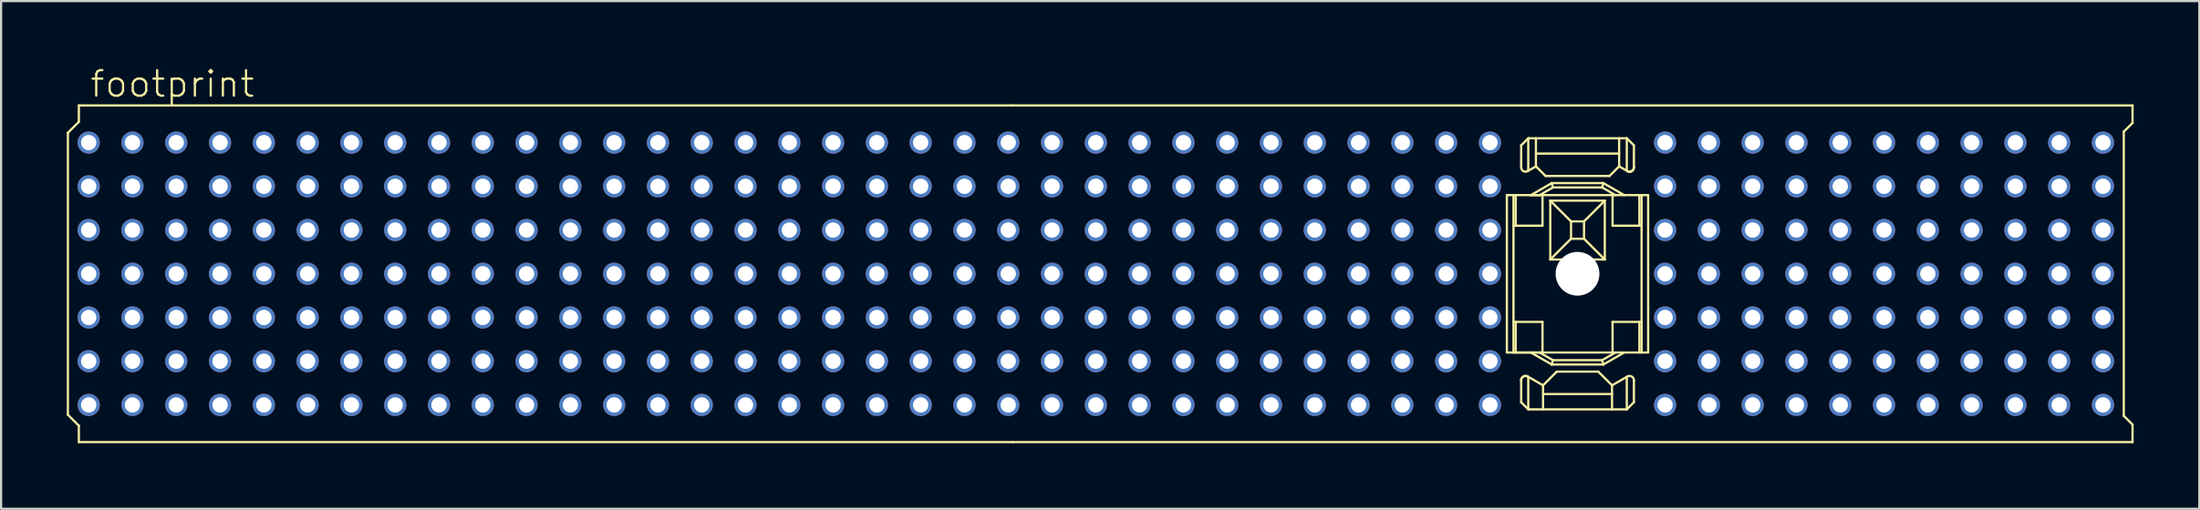
<source format=kicad_pcb>
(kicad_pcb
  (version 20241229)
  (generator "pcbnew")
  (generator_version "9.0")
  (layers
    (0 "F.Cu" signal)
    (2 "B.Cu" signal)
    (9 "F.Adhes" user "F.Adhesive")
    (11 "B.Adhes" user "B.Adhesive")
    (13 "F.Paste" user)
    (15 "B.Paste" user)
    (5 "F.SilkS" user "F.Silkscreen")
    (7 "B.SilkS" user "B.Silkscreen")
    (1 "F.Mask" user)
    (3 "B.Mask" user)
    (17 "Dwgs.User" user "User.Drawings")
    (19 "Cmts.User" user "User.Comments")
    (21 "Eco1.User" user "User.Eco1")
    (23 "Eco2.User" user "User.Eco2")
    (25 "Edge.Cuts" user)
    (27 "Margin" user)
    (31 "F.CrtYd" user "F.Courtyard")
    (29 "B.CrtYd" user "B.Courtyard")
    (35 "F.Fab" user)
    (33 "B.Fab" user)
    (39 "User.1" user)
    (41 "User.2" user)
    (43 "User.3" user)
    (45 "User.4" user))
  (footprint "footprint"
    (layer "F.Cu")
    (at 69.001 9.473)
    (property "Reference" "footprint" (at -68 -8 0) (layer "F.SilkS") (effects (font (size 1.168 1.168) (thickness 0.102)) (justify left bottom)))
    (fp_line (start -68.95 -6.45) (end -68.95 6.45) (stroke (width 0.102) (type solid)) (layer "F.SilkS"))
    (fp_line (start -68.95 6.45) (end -68.45 6.95) (stroke (width 0.102) (type solid)) (layer "F.SilkS"))
    (fp_line (start -68.45 -7.7) (end -68.45 -6.95) (stroke (width 0.102) (type solid)) (layer "F.SilkS"))
    (fp_line (start -68.45 -6.95) (end -68.95 -6.45) (stroke (width 0.102) (type solid)) (layer "F.SilkS"))
    (fp_line (start -68.45 6.95) (end -68.45 7.7) (stroke (width 0.102) (type solid)) (layer "F.SilkS"))
    (fp_line (start -68.45 7.7) (end -25.801 7.7) (stroke (width 0.102) (type solid)) (layer "F.SilkS"))
    (fp_line (start -25.801 -7.7) (end -68.45 -7.7) (stroke (width 0.102) (type solid)) (layer "F.SilkS"))
    (fp_line (start -25.801 7.7) (end 25.35 7.7) (stroke (width 0.102) (type solid)) (layer "F.SilkS"))
    (fp_line (start -3.226 -3.598) (end -2.924 -3.598) (stroke (width 0.102) (type solid)) (layer "F.SilkS"))
    (fp_line (start -3.226 3.602) (end -3.226 -3.598) (stroke (width 0.102) (type solid)) (layer "F.SilkS"))
    (fp_line (start -2.924 -3.598) (end -2.924 3.602) (stroke (width 0.102) (type solid)) (layer "F.SilkS"))
    (fp_line (start -2.924 -3.598) (end -2.824 -3.598) (stroke (width 0.102) (type solid)) (layer "F.SilkS"))
    (fp_line (start -2.924 -2.198) (end -2.824 -2.198) (stroke (width 0.102) (type solid)) (layer "F.SilkS"))
    (fp_line (start -2.924 3.602) (end -3.226 3.602) (stroke (width 0.102) (type solid)) (layer "F.SilkS"))
    (fp_line (start -2.924 3.602) (end -2.13 3.602) (stroke (width 0.102) (type solid)) (layer "F.SilkS"))
    (fp_line (start -2.824 -3.598) (end -2.824 -2.198) (stroke (width 0.102) (type solid)) (layer "F.SilkS"))
    (fp_line (start -2.824 -3.598) (end -2.13 -3.598) (stroke (width 0.102) (type solid)) (layer "F.SilkS"))
    (fp_line (start -2.824 -2.198) (end -1.599 -2.198) (stroke (width 0.102) (type solid)) (layer "F.SilkS"))
    (fp_line (start -2.824 2.202) (end -2.824 3.602) (stroke (width 0.102) (type solid)) (layer "F.SilkS"))
    (fp_line (start -2.574 -5.873) (end -2.249 -6.198) (stroke (width 0.102) (type solid)) (layer "F.SilkS"))
    (fp_line (start -2.574 -4.87) (end -2.574 -5.873) (stroke (width 0.102) (type solid)) (layer "F.SilkS"))
    (fp_line (start -2.574 5.877) (end -2.574 4.873) (stroke (width 0.102) (type solid)) (layer "F.SilkS"))
    (fp_line (start -2.274 4.7) (end -1.574 5.104) (stroke (width 0.102) (type solid)) (layer "F.SilkS"))
    (fp_line (start -2.249 -6.198) (end -2.249 -4.711) (stroke (width 0.102) (type solid)) (layer "F.SilkS"))
    (fp_line (start -2.249 4.714) (end -2.249 6.202) (stroke (width 0.102) (type solid)) (layer "F.SilkS"))
    (fp_line (start -2.249 6.202) (end -2.574 5.877) (stroke (width 0.102) (type solid)) (layer "F.SilkS"))
    (fp_line (start -2.249 6.202) (end 2.251 6.202) (stroke (width 0.102) (type solid)) (layer "F.SilkS"))
    (fp_line (start -2.13 -3.598) (end -1.73 -3.598) (stroke (width 0.102) (type solid)) (layer "F.SilkS"))
    (fp_line (start -2.13 3.602) (end -1.599 3.602) (stroke (width 0.102) (type solid)) (layer "F.SilkS"))
    (fp_line (start -1.899 -4.913) (end -2.274 -4.697) (stroke (width 0.102) (type solid)) (layer "F.SilkS"))
    (fp_line (start -1.899 -4.913) (end -1.899 -6.198) (stroke (width 0.102) (type solid)) (layer "F.SilkS"))
    (fp_line (start -1.73 -3.598) (end -2.13 -3.598) (stroke (width 0.102) (type solid)) (layer "F.SilkS"))
    (fp_line (start -1.73 -3.598) (end -1.599 -3.598) (stroke (width 0.102) (type solid)) (layer "F.SilkS"))
    (fp_line (start -1.599 -3.598) (end 1.601 -3.598) (stroke (width 0.102) (type solid)) (layer "F.SilkS"))
    (fp_line (start -1.599 -2.198) (end -1.599 -3.598) (stroke (width 0.102) (type solid)) (layer "F.SilkS"))
    (fp_line (start -1.599 2.202) (end -2.924 2.202) (stroke (width 0.102) (type solid)) (layer "F.SilkS"))
    (fp_line (start -1.599 3.602) (end -1.599 2.202) (stroke (width 0.102) (type solid)) (layer "F.SilkS"))
    (fp_line (start -1.574 5.104) (end -1.574 6.202) (stroke (width 0.102) (type solid)) (layer "F.SilkS"))
    (fp_line (start -1.574 5.104) (end -0.947 4.477) (stroke (width 0.102) (type solid)) (layer "F.SilkS"))
    (fp_line (start -1.574 5.502) (end 1.576 5.502) (stroke (width 0.102) (type solid)) (layer "F.SilkS"))
    (fp_line (start -1.459 -4.473) (end -1.899 -4.913) (stroke (width 0.102) (type solid)) (layer "F.SilkS"))
    (fp_line (start -1.244 -3.344) (end -1.244 -0.653) (stroke (width 0.102) (type solid)) (layer "F.SilkS"))
    (fp_line (start -1.244 -0.653) (end 1.246 -0.653) (stroke (width 0.102) (type solid)) (layer "F.SilkS"))
    (fp_line (start -1.244 -0.653) (end -0.296 -1.602) (stroke (width 0.102) (type solid)) (layer "F.SilkS"))
    (fp_line (start -1.178 -4.148) (end -2.13 -3.598) (stroke (width 0.102) (type solid)) (layer "F.SilkS"))
    (fp_line (start -1.178 -4.148) (end 1.179 -4.148) (stroke (width 0.102) (type solid)) (layer "F.SilkS"))
    (fp_line (start -1.178 4.152) (end -2.13 3.602) (stroke (width 0.102) (type solid)) (layer "F.SilkS"))
    (fp_line (start -1.124 -3.948) (end -1.73 -3.598) (stroke (width 0.102) (type solid)) (layer "F.SilkS"))
    (fp_line (start -1.124 -3.948) (end -1.178 -4.148) (stroke (width 0.102) (type solid)) (layer "F.SilkS"))
    (fp_line (start -1.124 3.952) (end -1.73 3.602) (stroke (width 0.102) (type solid)) (layer "F.SilkS"))
    (fp_line (start -1.124 3.952) (end -1.178 4.152) (stroke (width 0.102) (type solid)) (layer "F.SilkS"))
    (fp_line (start -0.947 4.477) (end 0.949 4.477) (stroke (width 0.102) (type solid)) (layer "F.SilkS"))
    (fp_line (start -0.296 -2.395) (end -0.296 -1.602) (stroke (width 0.102) (type solid)) (layer "F.SilkS"))
    (fp_line (start -0.296 -2.395) (end -1.244 -3.344) (stroke (width 0.102) (type solid)) (layer "F.SilkS"))
    (fp_line (start -0.296 -1.602) (end 0.297 -1.602) (stroke (width 0.102) (type solid)) (layer "F.SilkS"))
    (fp_line (start 0.297 -2.395) (end -0.296 -2.395) (stroke (width 0.102) (type solid)) (layer "F.SilkS"))
    (fp_line (start 0.297 -1.602) (end 0.297 -2.395) (stroke (width 0.102) (type solid)) (layer "F.SilkS"))
    (fp_line (start 0.297 -1.602) (end 1.246 -0.653) (stroke (width 0.102) (type solid)) (layer "F.SilkS"))
    (fp_line (start 0.949 4.477) (end 1.576 5.104) (stroke (width 0.102) (type solid)) (layer "F.SilkS"))
    (fp_line (start 1.126 -3.948) (end -1.124 -3.948) (stroke (width 0.102) (type solid)) (layer "F.SilkS"))
    (fp_line (start 1.126 -3.948) (end 1.732 -3.598) (stroke (width 0.102) (type solid)) (layer "F.SilkS"))
    (fp_line (start 1.126 3.952) (end -1.124 3.952) (stroke (width 0.102) (type solid)) (layer "F.SilkS"))
    (fp_line (start 1.126 3.952) (end 1.179 4.152) (stroke (width 0.102) (type solid)) (layer "F.SilkS"))
    (fp_line (start 1.179 -4.148) (end 1.126 -3.948) (stroke (width 0.102) (type solid)) (layer "F.SilkS"))
    (fp_line (start 1.179 4.152) (end -1.178 4.152) (stroke (width 0.102) (type solid)) (layer "F.SilkS"))
    (fp_line (start 1.179 4.152) (end 2.132 3.602) (stroke (width 0.102) (type solid)) (layer "F.SilkS"))
    (fp_line (start 1.246 -3.344) (end -1.244 -3.344) (stroke (width 0.102) (type solid)) (layer "F.SilkS"))
    (fp_line (start 1.246 -3.344) (end 0.297 -2.395) (stroke (width 0.102) (type solid)) (layer "F.SilkS"))
    (fp_line (start 1.246 -0.653) (end 1.246 -3.344) (stroke (width 0.102) (type solid)) (layer "F.SilkS"))
    (fp_line (start 1.461 -4.473) (end -1.459 -4.473) (stroke (width 0.102) (type solid)) (layer "F.SilkS"))
    (fp_line (start 1.576 5.104) (end 1.576 6.202) (stroke (width 0.102) (type solid)) (layer "F.SilkS"))
    (fp_line (start 1.576 5.104) (end 2.276 4.7) (stroke (width 0.102) (type solid)) (layer "F.SilkS"))
    (fp_line (start 1.601 -3.598) (end 1.601 -2.198) (stroke (width 0.102) (type solid)) (layer "F.SilkS"))
    (fp_line (start 1.601 -2.198) (end 2.826 -2.198) (stroke (width 0.102) (type solid)) (layer "F.SilkS"))
    (fp_line (start 1.601 2.202) (end 1.601 3.602) (stroke (width 0.102) (type solid)) (layer "F.SilkS"))
    (fp_line (start 1.601 3.602) (end -2.924 3.602) (stroke (width 0.102) (type solid)) (layer "F.SilkS"))
    (fp_line (start 1.601 3.602) (end 2.926 3.602) (stroke (width 0.102) (type solid)) (layer "F.SilkS"))
    (fp_line (start 1.732 -3.598) (end 1.601 -3.598) (stroke (width 0.102) (type solid)) (layer "F.SilkS"))
    (fp_line (start 1.732 3.602) (end 1.126 3.952) (stroke (width 0.102) (type solid)) (layer "F.SilkS"))
    (fp_line (start 1.901 -5.498) (end -1.899 -5.498) (stroke (width 0.102) (type solid)) (layer "F.SilkS"))
    (fp_line (start 1.901 -4.913) (end 1.461 -4.473) (stroke (width 0.102) (type solid)) (layer "F.SilkS"))
    (fp_line (start 1.901 -4.913) (end 1.901 -6.198) (stroke (width 0.102) (type solid)) (layer "F.SilkS"))
    (fp_line (start 2.132 -3.598) (end 1.179 -4.148) (stroke (width 0.102) (type solid)) (layer "F.SilkS"))
    (fp_line (start 2.132 -3.598) (end 1.732 -3.598) (stroke (width 0.102) (type solid)) (layer "F.SilkS"))
    (fp_line (start 2.251 -6.198) (end -2.249 -6.198) (stroke (width 0.102) (type solid)) (layer "F.SilkS"))
    (fp_line (start 2.251 -6.198) (end 2.251 -4.711) (stroke (width 0.102) (type solid)) (layer "F.SilkS"))
    (fp_line (start 2.251 6.202) (end 2.251 4.714) (stroke (width 0.102) (type solid)) (layer "F.SilkS"))
    (fp_line (start 2.276 -4.697) (end 1.901 -4.913) (stroke (width 0.102) (type solid)) (layer "F.SilkS"))
    (fp_line (start 2.576 -5.873) (end 2.251 -6.198) (stroke (width 0.102) (type solid)) (layer "F.SilkS"))
    (fp_line (start 2.576 -4.87) (end 2.576 -5.873) (stroke (width 0.102) (type solid)) (layer "F.SilkS"))
    (fp_line (start 2.576 4.873) (end 2.576 5.877) (stroke (width 0.102) (type solid)) (layer "F.SilkS"))
    (fp_line (start 2.576 5.877) (end 2.251 6.202) (stroke (width 0.102) (type solid)) (layer "F.SilkS"))
    (fp_line (start 2.826 -3.598) (end 2.132 -3.598) (stroke (width 0.102) (type solid)) (layer "F.SilkS"))
    (fp_line (start 2.826 -3.598) (end 2.826 -2.198) (stroke (width 0.102) (type solid)) (layer "F.SilkS"))
    (fp_line (start 2.826 -2.198) (end 2.926 -2.198) (stroke (width 0.102) (type solid)) (layer "F.SilkS"))
    (fp_line (start 2.826 3.602) (end 2.826 2.202) (stroke (width 0.102) (type solid)) (layer "F.SilkS"))
    (fp_line (start 2.926 -3.598) (end 2.826 -3.598) (stroke (width 0.102) (type solid)) (layer "F.SilkS"))
    (fp_line (start 2.926 2.202) (end 1.601 2.202) (stroke (width 0.102) (type solid)) (layer "F.SilkS"))
    (fp_line (start 2.926 3.602) (end 2.926 -3.598) (stroke (width 0.102) (type solid)) (layer "F.SilkS"))
    (fp_line (start 2.926 3.602) (end 3.226 3.602) (stroke (width 0.102) (type solid)) (layer "F.SilkS"))
    (fp_line (start 3.226 -3.598) (end 2.926 -3.598) (stroke (width 0.102) (type solid)) (layer "F.SilkS"))
    (fp_line (start 3.226 3.602) (end 3.226 -3.598) (stroke (width 0.102) (type solid)) (layer "F.SilkS"))
    (fp_line (start 24.95 6.5) (end 24.95 -6.5) (stroke (width 0.102) (type solid)) (layer "F.SilkS"))
    (fp_line (start 25.35 -7.7) (end -25.801 -7.7) (stroke (width 0.102) (type solid)) (layer "F.SilkS"))
    (fp_line (start 25.35 -6.9) (end 24.95 -6.5) (stroke (width 0.102) (type solid)) (layer "F.SilkS"))
    (fp_line (start 25.35 -6.9) (end 25.35 -7.7) (stroke (width 0.102) (type solid)) (layer "F.SilkS"))
    (fp_line (start 25.35 6.9) (end 24.95 6.5) (stroke (width 0.102) (type solid)) (layer "F.SilkS"))
    (fp_line (start 25.35 7.7) (end 25.35 6.9) (stroke (width 0.102) (type solid)) (layer "F.SilkS"))
    (fp_arc (start -2.574098 4.873099) (mid -2.474098 4.699896) (end -2.2741 4.6999) (stroke (width 0.1016) (type solid)) (layer "F.SilkS"))
    (fp_arc (start -2.574098 4.873099) (mid -2.474098 4.699896) (end -2.2741 4.6999) (stroke (width 0.1016) (type solid)) (layer "F.SilkS"))
    (fp_arc (start -2.274099 -4.696598) (mid -2.474099 -4.696595) (end -2.5741 -4.8698) (stroke (width 0.1016) (type solid)) (layer "F.SilkS"))
    (fp_arc (start 2.275899 4.699898) (mid 2.475899 4.699895) (end 2.5759 4.8731) (stroke (width 0.1016) (type solid)) (layer "F.SilkS"))
    (fp_arc (start 2.3008 -4.6843) (mid 2.288139 -4.689968) (end 2.2759 -4.6965) (stroke (width 0.1016) (type solid)) (layer "F.SilkS"))
    (fp_arc (start 2.3759 -4.6698) (mid 2.337646 -4.673477) (end 2.3008 -4.6844) (stroke (width 0.1016) (type solid)) (layer "F.SilkS"))
    (fp_arc (start 2.451 -4.6844) (mid 2.414154 -4.673477) (end 2.3759 -4.6698) (stroke (width 0.1016) (type solid)) (layer "F.SilkS"))
    (fp_arc (start 2.5173 -4.7283) (mid 2.486355 -4.70302) (end 2.451 -4.6844) (stroke (width 0.1016) (type solid)) (layer "F.SilkS"))
    (fp_arc (start 2.5454 -4.7637) (mid 2.532353 -4.745204) (end 2.5173 -4.7283) (stroke (width 0.1016) (type solid)) (layer "F.SilkS"))
    (fp_arc (start 2.5758 -4.8698) (mid 2.568064 -4.814611) (end 2.5454 -4.7637) (stroke (width 0.1016) (type solid)) (layer "F.SilkS"))
    (fp_arc (start 2.5759 -4.8698) (mid 2.475914 -4.696571) (end 2.2759 -4.6965) (stroke (width 0.1016) (type solid)) (layer "F.SilkS"))
    (pad "" np_thru_hole circle (at 0 0) (size 2 2) (drill 2) (layers "*.Cu" "*.Mask"))
    (pad "A1" thru_hole circle (at -68 4 180) (size 1.016 1.016) (drill 0.7) (layers "*.Cu" "*.Mask"))
    (pad "A2" thru_hole circle (at -66 4 180) (size 1.016 1.016) (drill 0.7) (layers "*.Cu" "*.Mask"))
    (pad "A3" thru_hole circle (at -64 4 180) (size 1.016 1.016) (drill 0.7) (layers "*.Cu" "*.Mask"))
    (pad "A4" thru_hole circle (at -62 4 180) (size 1.016 1.016) (drill 0.7) (layers "*.Cu" "*.Mask"))
    (pad "A5" thru_hole circle (at -60 4 180) (size 1.016 1.016) (drill 0.7) (layers "*.Cu" "*.Mask"))
    (pad "A6" thru_hole circle (at -58 4 180) (size 1.016 1.016) (drill 0.7) (layers "*.Cu" "*.Mask"))
    (pad "A7" thru_hole circle (at -56 4 180) (size 1.016 1.016) (drill 0.7) (layers "*.Cu" "*.Mask"))
    (pad "A8" thru_hole circle (at -54 4 180) (size 1.016 1.016) (drill 0.7) (layers "*.Cu" "*.Mask"))
    (pad "A9" thru_hole circle (at -52 4 180) (size 1.016 1.016) (drill 0.7) (layers "*.Cu" "*.Mask"))
    (pad "A10" thru_hole circle (at -50 4 180) (size 1.016 1.016) (drill 0.7) (layers "*.Cu" "*.Mask"))
    (pad "A11" thru_hole circle (at -48 4 180) (size 1.016 1.016) (drill 0.7) (layers "*.Cu" "*.Mask"))
    (pad "A12" thru_hole circle (at -46 4 180) (size 1.016 1.016) (drill 0.7) (layers "*.Cu" "*.Mask"))
    (pad "A13" thru_hole circle (at -44 4 180) (size 1.016 1.016) (drill 0.7) (layers "*.Cu" "*.Mask"))
    (pad "A14" thru_hole circle (at -42 4 180) (size 1.016 1.016) (drill 0.7) (layers "*.Cu" "*.Mask"))
    (pad "A15" thru_hole circle (at -40 4 180) (size 1.016 1.016) (drill 0.7) (layers "*.Cu" "*.Mask"))
    (pad "A16" thru_hole circle (at -38 4 180) (size 1.016 1.016) (drill 0.7) (layers "*.Cu" "*.Mask"))
    (pad "A17" thru_hole circle (at -36 4 180) (size 1.016 1.016) (drill 0.7) (layers "*.Cu" "*.Mask"))
    (pad "A18" thru_hole circle (at -34 4 180) (size 1.016 1.016) (drill 0.7) (layers "*.Cu" "*.Mask"))
    (pad "A19" thru_hole circle (at -32 4 180) (size 1.016 1.016) (drill 0.7) (layers "*.Cu" "*.Mask"))
    (pad "A20" thru_hole circle (at -30 4 180) (size 1.016 1.016) (drill 0.7) (layers "*.Cu" "*.Mask"))
    (pad "A21" thru_hole circle (at -28 4 180) (size 1.016 1.016) (drill 0.7) (layers "*.Cu" "*.Mask"))
    (pad "A22" thru_hole circle (at -26 4 180) (size 1.016 1.016) (drill 0.7) (layers "*.Cu" "*.Mask"))
    (pad "A23" thru_hole circle (at -24 4 180) (size 1.016 1.016) (drill 0.7) (layers "*.Cu" "*.Mask"))
    (pad "A24" thru_hole circle (at -22 4 180) (size 1.016 1.016) (drill 0.7) (layers "*.Cu" "*.Mask"))
    (pad "A25" thru_hole circle (at -20 4 180) (size 1.016 1.016) (drill 0.7) (layers "*.Cu" "*.Mask"))
    (pad "A26" thru_hole circle (at -18 4 180) (size 1.016 1.016) (drill 0.7) (layers "*.Cu" "*.Mask"))
    (pad "A27" thru_hole circle (at -16 4 180) (size 1.016 1.016) (drill 0.7) (layers "*.Cu" "*.Mask"))
    (pad "A28" thru_hole circle (at -14 4 180) (size 1.016 1.016) (drill 0.7) (layers "*.Cu" "*.Mask"))
    (pad "A29" thru_hole circle (at -12 4 180) (size 1.016 1.016) (drill 0.7) (layers "*.Cu" "*.Mask"))
    (pad "A30" thru_hole circle (at -10 4 180) (size 1.016 1.016) (drill 0.7) (layers "*.Cu" "*.Mask"))
    (pad "A31" thru_hole circle (at -8 4 180) (size 1.016 1.016) (drill 0.7) (layers "*.Cu" "*.Mask"))
    (pad "A32" thru_hole circle (at -6 4 180) (size 1.016 1.016) (drill 0.7) (layers "*.Cu" "*.Mask"))
    (pad "A33" thru_hole circle (at -4 4 180) (size 1.016 1.016) (drill 0.7) (layers "*.Cu" "*.Mask"))
    (pad "A37" thru_hole circle (at 4 4 180) (size 1.016 1.016) (drill 0.7) (layers "*.Cu" "*.Mask"))
    (pad "A38" thru_hole circle (at 6 4 180) (size 1.016 1.016) (drill 0.7) (layers "*.Cu" "*.Mask"))
    (pad "A39" thru_hole circle (at 8 4 180) (size 1.016 1.016) (drill 0.7) (layers "*.Cu" "*.Mask"))
    (pad "A40" thru_hole circle (at 10 4 180) (size 1.016 1.016) (drill 0.7) (layers "*.Cu" "*.Mask"))
    (pad "A41" thru_hole circle (at 12 4 180) (size 1.016 1.016) (drill 0.7) (layers "*.Cu" "*.Mask"))
    (pad "A42" thru_hole circle (at 14 4 180) (size 1.016 1.016) (drill 0.7) (layers "*.Cu" "*.Mask"))
    (pad "A43" thru_hole circle (at 16 4 180) (size 1.016 1.016) (drill 0.7) (layers "*.Cu" "*.Mask"))
    (pad "A44" thru_hole circle (at 18 4 180) (size 1.016 1.016) (drill 0.7) (layers "*.Cu" "*.Mask"))
    (pad "A45" thru_hole circle (at 20 4 180) (size 1.016 1.016) (drill 0.7) (layers "*.Cu" "*.Mask"))
    (pad "A46" thru_hole circle (at 22 4 180) (size 1.016 1.016) (drill 0.7) (layers "*.Cu" "*.Mask"))
    (pad "A47" thru_hole circle (at 24 4 180) (size 1.016 1.016) (drill 0.7) (layers "*.Cu" "*.Mask"))
    (pad "B1" thru_hole circle (at -68 2 180) (size 1.016 1.016) (drill 0.7) (layers "*.Cu" "*.Mask"))
    (pad "B2" thru_hole circle (at -66 2 180) (size 1.016 1.016) (drill 0.7) (layers "*.Cu" "*.Mask"))
    (pad "B3" thru_hole circle (at -64 2 180) (size 1.016 1.016) (drill 0.7) (layers "*.Cu" "*.Mask"))
    (pad "B4" thru_hole circle (at -62 2 180) (size 1.016 1.016) (drill 0.7) (layers "*.Cu" "*.Mask"))
    (pad "B5" thru_hole circle (at -60 2 180) (size 1.016 1.016) (drill 0.7) (layers "*.Cu" "*.Mask"))
    (pad "B6" thru_hole circle (at -58 2 180) (size 1.016 1.016) (drill 0.7) (layers "*.Cu" "*.Mask"))
    (pad "B7" thru_hole circle (at -56 2 180) (size 1.016 1.016) (drill 0.7) (layers "*.Cu" "*.Mask"))
    (pad "B8" thru_hole circle (at -54 2 180) (size 1.016 1.016) (drill 0.7) (layers "*.Cu" "*.Mask"))
    (pad "B9" thru_hole circle (at -52 2 180) (size 1.016 1.016) (drill 0.7) (layers "*.Cu" "*.Mask"))
    (pad "B10" thru_hole circle (at -50 2 180) (size 1.016 1.016) (drill 0.7) (layers "*.Cu" "*.Mask"))
    (pad "B11" thru_hole circle (at -48 2 180) (size 1.016 1.016) (drill 0.7) (layers "*.Cu" "*.Mask"))
    (pad "B12" thru_hole circle (at -46 2 180) (size 1.016 1.016) (drill 0.7) (layers "*.Cu" "*.Mask"))
    (pad "B13" thru_hole circle (at -44 2 180) (size 1.016 1.016) (drill 0.7) (layers "*.Cu" "*.Mask"))
    (pad "B14" thru_hole circle (at -42 2 180) (size 1.016 1.016) (drill 0.7) (layers "*.Cu" "*.Mask"))
    (pad "B15" thru_hole circle (at -40 2 180) (size 1.016 1.016) (drill 0.7) (layers "*.Cu" "*.Mask"))
    (pad "B16" thru_hole circle (at -38 2 180) (size 1.016 1.016) (drill 0.7) (layers "*.Cu" "*.Mask"))
    (pad "B17" thru_hole circle (at -36 2 180) (size 1.016 1.016) (drill 0.7) (layers "*.Cu" "*.Mask"))
    (pad "B18" thru_hole circle (at -34 2 180) (size 1.016 1.016) (drill 0.7) (layers "*.Cu" "*.Mask"))
    (pad "B19" thru_hole circle (at -32 2 180) (size 1.016 1.016) (drill 0.7) (layers "*.Cu" "*.Mask"))
    (pad "B20" thru_hole circle (at -30 2 180) (size 1.016 1.016) (drill 0.7) (layers "*.Cu" "*.Mask"))
    (pad "B21" thru_hole circle (at -28 2 180) (size 1.016 1.016) (drill 0.7) (layers "*.Cu" "*.Mask"))
    (pad "B22" thru_hole circle (at -26 2 180) (size 1.016 1.016) (drill 0.7) (layers "*.Cu" "*.Mask"))
    (pad "B23" thru_hole circle (at -24 2 180) (size 1.016 1.016) (drill 0.7) (layers "*.Cu" "*.Mask"))
    (pad "B24" thru_hole circle (at -22 2 180) (size 1.016 1.016) (drill 0.7) (layers "*.Cu" "*.Mask"))
    (pad "B25" thru_hole circle (at -20 2 180) (size 1.016 1.016) (drill 0.7) (layers "*.Cu" "*.Mask"))
    (pad "B26" thru_hole circle (at -18 2 180) (size 1.016 1.016) (drill 0.7) (layers "*.Cu" "*.Mask"))
    (pad "B27" thru_hole circle (at -16 2 180) (size 1.016 1.016) (drill 0.7) (layers "*.Cu" "*.Mask"))
    (pad "B28" thru_hole circle (at -14 2 180) (size 1.016 1.016) (drill 0.7) (layers "*.Cu" "*.Mask"))
    (pad "B29" thru_hole circle (at -12 2 180) (size 1.016 1.016) (drill 0.7) (layers "*.Cu" "*.Mask"))
    (pad "B30" thru_hole circle (at -10 2 180) (size 1.016 1.016) (drill 0.7) (layers "*.Cu" "*.Mask"))
    (pad "B31" thru_hole circle (at -8 2 180) (size 1.016 1.016) (drill 0.7) (layers "*.Cu" "*.Mask"))
    (pad "B32" thru_hole circle (at -6 2 180) (size 1.016 1.016) (drill 0.7) (layers "*.Cu" "*.Mask"))
    (pad "B33" thru_hole circle (at -4 2 180) (size 1.016 1.016) (drill 0.7) (layers "*.Cu" "*.Mask"))
    (pad "B37" thru_hole circle (at 4 2 180) (size 1.016 1.016) (drill 0.7) (layers "*.Cu" "*.Mask"))
    (pad "B38" thru_hole circle (at 6 2 180) (size 1.016 1.016) (drill 0.7) (layers "*.Cu" "*.Mask"))
    (pad "B39" thru_hole circle (at 8 2 180) (size 1.016 1.016) (drill 0.7) (layers "*.Cu" "*.Mask"))
    (pad "B40" thru_hole circle (at 10 2 180) (size 1.016 1.016) (drill 0.7) (layers "*.Cu" "*.Mask"))
    (pad "B41" thru_hole circle (at 12 2 180) (size 1.016 1.016) (drill 0.7) (layers "*.Cu" "*.Mask"))
    (pad "B42" thru_hole circle (at 14 2 180) (size 1.016 1.016) (drill 0.7) (layers "*.Cu" "*.Mask"))
    (pad "B43" thru_hole circle (at 16 2 180) (size 1.016 1.016) (drill 0.7) (layers "*.Cu" "*.Mask"))
    (pad "B44" thru_hole circle (at 18 2 180) (size 1.016 1.016) (drill 0.7) (layers "*.Cu" "*.Mask"))
    (pad "B45" thru_hole circle (at 20 2 180) (size 1.016 1.016) (drill 0.7) (layers "*.Cu" "*.Mask"))
    (pad "B46" thru_hole circle (at 22 2 180) (size 1.016 1.016) (drill 0.7) (layers "*.Cu" "*.Mask"))
    (pad "B47" thru_hole circle (at 24 2 180) (size 1.016 1.016) (drill 0.7) (layers "*.Cu" "*.Mask"))
    (pad "C1" thru_hole circle (at -68 0 180) (size 1.016 1.016) (drill 0.7) (layers "*.Cu" "*.Mask"))
    (pad "C2" thru_hole circle (at -66 0 180) (size 1.016 1.016) (drill 0.7) (layers "*.Cu" "*.Mask"))
    (pad "C3" thru_hole circle (at -64 0 180) (size 1.016 1.016) (drill 0.7) (layers "*.Cu" "*.Mask"))
    (pad "C4" thru_hole circle (at -62 0 180) (size 1.016 1.016) (drill 0.7) (layers "*.Cu" "*.Mask"))
    (pad "C5" thru_hole circle (at -60 0 180) (size 1.016 1.016) (drill 0.7) (layers "*.Cu" "*.Mask"))
    (pad "C6" thru_hole circle (at -58 0 180) (size 1.016 1.016) (drill 0.7) (layers "*.Cu" "*.Mask"))
    (pad "C7" thru_hole circle (at -56 0 180) (size 1.016 1.016) (drill 0.7) (layers "*.Cu" "*.Mask"))
    (pad "C8" thru_hole circle (at -54 0 180) (size 1.016 1.016) (drill 0.7) (layers "*.Cu" "*.Mask"))
    (pad "C9" thru_hole circle (at -52 0 180) (size 1.016 1.016) (drill 0.7) (layers "*.Cu" "*.Mask"))
    (pad "C10" thru_hole circle (at -50 0 180) (size 1.016 1.016) (drill 0.7) (layers "*.Cu" "*.Mask"))
    (pad "C11" thru_hole circle (at -48 0 180) (size 1.016 1.016) (drill 0.7) (layers "*.Cu" "*.Mask"))
    (pad "C12" thru_hole circle (at -46 0 180) (size 1.016 1.016) (drill 0.7) (layers "*.Cu" "*.Mask"))
    (pad "C13" thru_hole circle (at -44 0 180) (size 1.016 1.016) (drill 0.7) (layers "*.Cu" "*.Mask"))
    (pad "C14" thru_hole circle (at -42 0 180) (size 1.016 1.016) (drill 0.7) (layers "*.Cu" "*.Mask"))
    (pad "C15" thru_hole circle (at -40 0 180) (size 1.016 1.016) (drill 0.7) (layers "*.Cu" "*.Mask"))
    (pad "C16" thru_hole circle (at -38 0 180) (size 1.016 1.016) (drill 0.7) (layers "*.Cu" "*.Mask"))
    (pad "C17" thru_hole circle (at -36 0 180) (size 1.016 1.016) (drill 0.7) (layers "*.Cu" "*.Mask"))
    (pad "C18" thru_hole circle (at -34 0 180) (size 1.016 1.016) (drill 0.7) (layers "*.Cu" "*.Mask"))
    (pad "C19" thru_hole circle (at -32 0 180) (size 1.016 1.016) (drill 0.7) (layers "*.Cu" "*.Mask"))
    (pad "C20" thru_hole circle (at -30 0 180) (size 1.016 1.016) (drill 0.7) (layers "*.Cu" "*.Mask"))
    (pad "C21" thru_hole circle (at -28 0 180) (size 1.016 1.016) (drill 0.7) (layers "*.Cu" "*.Mask"))
    (pad "C22" thru_hole circle (at -26 0 180) (size 1.016 1.016) (drill 0.7) (layers "*.Cu" "*.Mask"))
    (pad "C23" thru_hole circle (at -24 0 180) (size 1.016 1.016) (drill 0.7) (layers "*.Cu" "*.Mask"))
    (pad "C24" thru_hole circle (at -22 0 180) (size 1.016 1.016) (drill 0.7) (layers "*.Cu" "*.Mask"))
    (pad "C25" thru_hole circle (at -20 0 180) (size 1.016 1.016) (drill 0.7) (layers "*.Cu" "*.Mask"))
    (pad "C26" thru_hole circle (at -18 0 180) (size 1.016 1.016) (drill 0.7) (layers "*.Cu" "*.Mask"))
    (pad "C27" thru_hole circle (at -16 0 180) (size 1.016 1.016) (drill 0.7) (layers "*.Cu" "*.Mask"))
    (pad "C28" thru_hole circle (at -14 0 180) (size 1.016 1.016) (drill 0.7) (layers "*.Cu" "*.Mask"))
    (pad "C29" thru_hole circle (at -12 0 180) (size 1.016 1.016) (drill 0.7) (layers "*.Cu" "*.Mask"))
    (pad "C30" thru_hole circle (at -10 0 180) (size 1.016 1.016) (drill 0.7) (layers "*.Cu" "*.Mask"))
    (pad "C31" thru_hole circle (at -8 0 180) (size 1.016 1.016) (drill 0.7) (layers "*.Cu" "*.Mask"))
    (pad "C32" thru_hole circle (at -6 0 180) (size 1.016 1.016) (drill 0.7) (layers "*.Cu" "*.Mask"))
    (pad "C33" thru_hole circle (at -4 0 180) (size 1.016 1.016) (drill 0.7) (layers "*.Cu" "*.Mask"))
    (pad "C37" thru_hole circle (at 4 0 180) (size 1.016 1.016) (drill 0.7) (layers "*.Cu" "*.Mask"))
    (pad "C38" thru_hole circle (at 6 0 180) (size 1.016 1.016) (drill 0.7) (layers "*.Cu" "*.Mask"))
    (pad "C39" thru_hole circle (at 8 0 180) (size 1.016 1.016) (drill 0.7) (layers "*.Cu" "*.Mask"))
    (pad "C40" thru_hole circle (at 10 0 180) (size 1.016 1.016) (drill 0.7) (layers "*.Cu" "*.Mask"))
    (pad "C41" thru_hole circle (at 12 0 180) (size 1.016 1.016) (drill 0.7) (layers "*.Cu" "*.Mask"))
    (pad "C42" thru_hole circle (at 14 0 180) (size 1.016 1.016) (drill 0.7) (layers "*.Cu" "*.Mask"))
    (pad "C43" thru_hole circle (at 16 0 180) (size 1.016 1.016) (drill 0.7) (layers "*.Cu" "*.Mask"))
    (pad "C44" thru_hole circle (at 18 0 180) (size 1.016 1.016) (drill 0.7) (layers "*.Cu" "*.Mask"))
    (pad "C45" thru_hole circle (at 20 0 180) (size 1.016 1.016) (drill 0.7) (layers "*.Cu" "*.Mask"))
    (pad "C46" thru_hole circle (at 22 0 180) (size 1.016 1.016) (drill 0.7) (layers "*.Cu" "*.Mask"))
    (pad "C47" thru_hole circle (at 24 0 180) (size 1.016 1.016) (drill 0.7) (layers "*.Cu" "*.Mask"))
    (pad "D1" thru_hole circle (at -68 -2 180) (size 1.016 1.016) (drill 0.7) (layers "*.Cu" "*.Mask"))
    (pad "D2" thru_hole circle (at -66 -2 180) (size 1.016 1.016) (drill 0.7) (layers "*.Cu" "*.Mask"))
    (pad "D3" thru_hole circle (at -64 -2 180) (size 1.016 1.016) (drill 0.7) (layers "*.Cu" "*.Mask"))
    (pad "D4" thru_hole circle (at -62 -2 180) (size 1.016 1.016) (drill 0.7) (layers "*.Cu" "*.Mask"))
    (pad "D5" thru_hole circle (at -60 -2 180) (size 1.016 1.016) (drill 0.7) (layers "*.Cu" "*.Mask"))
    (pad "D6" thru_hole circle (at -58 -2 180) (size 1.016 1.016) (drill 0.7) (layers "*.Cu" "*.Mask"))
    (pad "D7" thru_hole circle (at -56 -2 180) (size 1.016 1.016) (drill 0.7) (layers "*.Cu" "*.Mask"))
    (pad "D8" thru_hole circle (at -54 -2 180) (size 1.016 1.016) (drill 0.7) (layers "*.Cu" "*.Mask"))
    (pad "D9" thru_hole circle (at -52 -2 180) (size 1.016 1.016) (drill 0.7) (layers "*.Cu" "*.Mask"))
    (pad "D10" thru_hole circle (at -50 -2 180) (size 1.016 1.016) (drill 0.7) (layers "*.Cu" "*.Mask"))
    (pad "D11" thru_hole circle (at -48 -2 180) (size 1.016 1.016) (drill 0.7) (layers "*.Cu" "*.Mask"))
    (pad "D12" thru_hole circle (at -46 -2 180) (size 1.016 1.016) (drill 0.7) (layers "*.Cu" "*.Mask"))
    (pad "D13" thru_hole circle (at -44 -2 180) (size 1.016 1.016) (drill 0.7) (layers "*.Cu" "*.Mask"))
    (pad "D14" thru_hole circle (at -42 -2 180) (size 1.016 1.016) (drill 0.7) (layers "*.Cu" "*.Mask"))
    (pad "D15" thru_hole circle (at -40 -2 180) (size 1.016 1.016) (drill 0.7) (layers "*.Cu" "*.Mask"))
    (pad "D16" thru_hole circle (at -38 -2 180) (size 1.016 1.016) (drill 0.7) (layers "*.Cu" "*.Mask"))
    (pad "D17" thru_hole circle (at -36 -2 180) (size 1.016 1.016) (drill 0.7) (layers "*.Cu" "*.Mask"))
    (pad "D18" thru_hole circle (at -34 -2 180) (size 1.016 1.016) (drill 0.7) (layers "*.Cu" "*.Mask"))
    (pad "D19" thru_hole circle (at -32 -2 180) (size 1.016 1.016) (drill 0.7) (layers "*.Cu" "*.Mask"))
    (pad "D20" thru_hole circle (at -30 -2 180) (size 1.016 1.016) (drill 0.7) (layers "*.Cu" "*.Mask"))
    (pad "D21" thru_hole circle (at -28 -2 180) (size 1.016 1.016) (drill 0.7) (layers "*.Cu" "*.Mask"))
    (pad "D22" thru_hole circle (at -26 -2 180) (size 1.016 1.016) (drill 0.7) (layers "*.Cu" "*.Mask"))
    (pad "D23" thru_hole circle (at -24 -2 180) (size 1.016 1.016) (drill 0.7) (layers "*.Cu" "*.Mask"))
    (pad "D24" thru_hole circle (at -22 -2 180) (size 1.016 1.016) (drill 0.7) (layers "*.Cu" "*.Mask"))
    (pad "D25" thru_hole circle (at -20 -2 180) (size 1.016 1.016) (drill 0.7) (layers "*.Cu" "*.Mask"))
    (pad "D26" thru_hole circle (at -18 -2 180) (size 1.016 1.016) (drill 0.7) (layers "*.Cu" "*.Mask"))
    (pad "D27" thru_hole circle (at -16 -2 180) (size 1.016 1.016) (drill 0.7) (layers "*.Cu" "*.Mask"))
    (pad "D28" thru_hole circle (at -14 -2 180) (size 1.016 1.016) (drill 0.7) (layers "*.Cu" "*.Mask"))
    (pad "D29" thru_hole circle (at -12 -2 180) (size 1.016 1.016) (drill 0.7) (layers "*.Cu" "*.Mask"))
    (pad "D30" thru_hole circle (at -10 -2 180) (size 1.016 1.016) (drill 0.7) (layers "*.Cu" "*.Mask"))
    (pad "D31" thru_hole circle (at -8 -2 180) (size 1.016 1.016) (drill 0.7) (layers "*.Cu" "*.Mask"))
    (pad "D32" thru_hole circle (at -6 -2 180) (size 1.016 1.016) (drill 0.7) (layers "*.Cu" "*.Mask"))
    (pad "D33" thru_hole circle (at -4 -2 180) (size 1.016 1.016) (drill 0.7) (layers "*.Cu" "*.Mask"))
    (pad "D37" thru_hole circle (at 4 -2 180) (size 1.016 1.016) (drill 0.7) (layers "*.Cu" "*.Mask"))
    (pad "D38" thru_hole circle (at 6 -2 180) (size 1.016 1.016) (drill 0.7) (layers "*.Cu" "*.Mask"))
    (pad "D39" thru_hole circle (at 8 -2 180) (size 1.016 1.016) (drill 0.7) (layers "*.Cu" "*.Mask"))
    (pad "D40" thru_hole circle (at 10 -2 180) (size 1.016 1.016) (drill 0.7) (layers "*.Cu" "*.Mask"))
    (pad "D41" thru_hole circle (at 12 -2 180) (size 1.016 1.016) (drill 0.7) (layers "*.Cu" "*.Mask"))
    (pad "D42" thru_hole circle (at 14 -2 180) (size 1.016 1.016) (drill 0.7) (layers "*.Cu" "*.Mask"))
    (pad "D43" thru_hole circle (at 16 -2 180) (size 1.016 1.016) (drill 0.7) (layers "*.Cu" "*.Mask"))
    (pad "D44" thru_hole circle (at 18 -2 180) (size 1.016 1.016) (drill 0.7) (layers "*.Cu" "*.Mask"))
    (pad "D45" thru_hole circle (at 20 -2 180) (size 1.016 1.016) (drill 0.7) (layers "*.Cu" "*.Mask"))
    (pad "D46" thru_hole circle (at 22 -2 180) (size 1.016 1.016) (drill 0.7) (layers "*.Cu" "*.Mask"))
    (pad "D47" thru_hole circle (at 24 -2 180) (size 1.016 1.016) (drill 0.7) (layers "*.Cu" "*.Mask"))
    (pad "E1" thru_hole circle (at -68 -4 180) (size 1.016 1.016) (drill 0.7) (layers "*.Cu" "*.Mask"))
    (pad "E2" thru_hole circle (at -66 -4 180) (size 1.016 1.016) (drill 0.7) (layers "*.Cu" "*.Mask"))
    (pad "E3" thru_hole circle (at -64 -4 180) (size 1.016 1.016) (drill 0.7) (layers "*.Cu" "*.Mask"))
    (pad "E4" thru_hole circle (at -62 -4 180) (size 1.016 1.016) (drill 0.7) (layers "*.Cu" "*.Mask"))
    (pad "E5" thru_hole circle (at -60 -4 180) (size 1.016 1.016) (drill 0.7) (layers "*.Cu" "*.Mask"))
    (pad "E6" thru_hole circle (at -58 -4 180) (size 1.016 1.016) (drill 0.7) (layers "*.Cu" "*.Mask"))
    (pad "E7" thru_hole circle (at -56 -4 180) (size 1.016 1.016) (drill 0.7) (layers "*.Cu" "*.Mask"))
    (pad "E8" thru_hole circle (at -54 -4 180) (size 1.016 1.016) (drill 0.7) (layers "*.Cu" "*.Mask"))
    (pad "E9" thru_hole circle (at -52 -4 180) (size 1.016 1.016) (drill 0.7) (layers "*.Cu" "*.Mask"))
    (pad "E10" thru_hole circle (at -50 -4 180) (size 1.016 1.016) (drill 0.7) (layers "*.Cu" "*.Mask"))
    (pad "E11" thru_hole circle (at -48 -4 180) (size 1.016 1.016) (drill 0.7) (layers "*.Cu" "*.Mask"))
    (pad "E12" thru_hole circle (at -46 -4 180) (size 1.016 1.016) (drill 0.7) (layers "*.Cu" "*.Mask"))
    (pad "E13" thru_hole circle (at -44 -4 180) (size 1.016 1.016) (drill 0.7) (layers "*.Cu" "*.Mask"))
    (pad "E14" thru_hole circle (at -42 -4 180) (size 1.016 1.016) (drill 0.7) (layers "*.Cu" "*.Mask"))
    (pad "E15" thru_hole circle (at -40 -4 180) (size 1.016 1.016) (drill 0.7) (layers "*.Cu" "*.Mask"))
    (pad "E16" thru_hole circle (at -38 -4 180) (size 1.016 1.016) (drill 0.7) (layers "*.Cu" "*.Mask"))
    (pad "E17" thru_hole circle (at -36 -4 180) (size 1.016 1.016) (drill 0.7) (layers "*.Cu" "*.Mask"))
    (pad "E18" thru_hole circle (at -34 -4 180) (size 1.016 1.016) (drill 0.7) (layers "*.Cu" "*.Mask"))
    (pad "E19" thru_hole circle (at -32 -4 180) (size 1.016 1.016) (drill 0.7) (layers "*.Cu" "*.Mask"))
    (pad "E20" thru_hole circle (at -30 -4 180) (size 1.016 1.016) (drill 0.7) (layers "*.Cu" "*.Mask"))
    (pad "E21" thru_hole circle (at -28 -4 180) (size 1.016 1.016) (drill 0.7) (layers "*.Cu" "*.Mask"))
    (pad "E22" thru_hole circle (at -26 -4 180) (size 1.016 1.016) (drill 0.7) (layers "*.Cu" "*.Mask"))
    (pad "E23" thru_hole circle (at -24 -4 180) (size 1.016 1.016) (drill 0.7) (layers "*.Cu" "*.Mask"))
    (pad "E24" thru_hole circle (at -22 -4 180) (size 1.016 1.016) (drill 0.7) (layers "*.Cu" "*.Mask"))
    (pad "E25" thru_hole circle (at -20 -4 180) (size 1.016 1.016) (drill 0.7) (layers "*.Cu" "*.Mask"))
    (pad "E26" thru_hole circle (at -18 -4 180) (size 1.016 1.016) (drill 0.7) (layers "*.Cu" "*.Mask"))
    (pad "E27" thru_hole circle (at -16 -4 180) (size 1.016 1.016) (drill 0.7) (layers "*.Cu" "*.Mask"))
    (pad "E28" thru_hole circle (at -14 -4 180) (size 1.016 1.016) (drill 0.7) (layers "*.Cu" "*.Mask"))
    (pad "E29" thru_hole circle (at -12 -4 180) (size 1.016 1.016) (drill 0.7) (layers "*.Cu" "*.Mask"))
    (pad "E30" thru_hole circle (at -10 -4 180) (size 1.016 1.016) (drill 0.7) (layers "*.Cu" "*.Mask"))
    (pad "E31" thru_hole circle (at -8 -4 180) (size 1.016 1.016) (drill 0.7) (layers "*.Cu" "*.Mask"))
    (pad "E32" thru_hole circle (at -6 -4 180) (size 1.016 1.016) (drill 0.7) (layers "*.Cu" "*.Mask"))
    (pad "E33" thru_hole circle (at -4 -4 180) (size 1.016 1.016) (drill 0.7) (layers "*.Cu" "*.Mask"))
    (pad "E37" thru_hole circle (at 4 -4 180) (size 1.016 1.016) (drill 0.7) (layers "*.Cu" "*.Mask"))
    (pad "E38" thru_hole circle (at 6 -4 180) (size 1.016 1.016) (drill 0.7) (layers "*.Cu" "*.Mask"))
    (pad "E39" thru_hole circle (at 8 -4 180) (size 1.016 1.016) (drill 0.7) (layers "*.Cu" "*.Mask"))
    (pad "E40" thru_hole circle (at 10 -4 180) (size 1.016 1.016) (drill 0.7) (layers "*.Cu" "*.Mask"))
    (pad "E41" thru_hole circle (at 12 -4 180) (size 1.016 1.016) (drill 0.7) (layers "*.Cu" "*.Mask"))
    (pad "E42" thru_hole circle (at 14 -4 180) (size 1.016 1.016) (drill 0.7) (layers "*.Cu" "*.Mask"))
    (pad "E43" thru_hole circle (at 16 -4 180) (size 1.016 1.016) (drill 0.7) (layers "*.Cu" "*.Mask"))
    (pad "E44" thru_hole circle (at 18 -4 180) (size 1.016 1.016) (drill 0.7) (layers "*.Cu" "*.Mask"))
    (pad "E45" thru_hole circle (at 20 -4 180) (size 1.016 1.016) (drill 0.7) (layers "*.Cu" "*.Mask"))
    (pad "E46" thru_hole circle (at 22 -4 180) (size 1.016 1.016) (drill 0.7) (layers "*.Cu" "*.Mask"))
    (pad "E47" thru_hole circle (at 24 -4 180) (size 1.016 1.016) (drill 0.7) (layers "*.Cu" "*.Mask"))
    (pad "F1" thru_hole circle (at -68 -6 180) (size 1.016 1.016) (drill 0.7) (layers "*.Cu" "*.Mask"))
    (pad "F2" thru_hole circle (at -66 -6 180) (size 1.016 1.016) (drill 0.7) (layers "*.Cu" "*.Mask"))
    (pad "F3" thru_hole circle (at -64 -6 180) (size 1.016 1.016) (drill 0.7) (layers "*.Cu" "*.Mask"))
    (pad "F4" thru_hole circle (at -62 -6 180) (size 1.016 1.016) (drill 0.7) (layers "*.Cu" "*.Mask"))
    (pad "F5" thru_hole circle (at -60 -6 180) (size 1.016 1.016) (drill 0.7) (layers "*.Cu" "*.Mask"))
    (pad "F6" thru_hole circle (at -58 -6 180) (size 1.016 1.016) (drill 0.7) (layers "*.Cu" "*.Mask"))
    (pad "F7" thru_hole circle (at -56 -6 180) (size 1.016 1.016) (drill 0.7) (layers "*.Cu" "*.Mask"))
    (pad "F8" thru_hole circle (at -54 -6 180) (size 1.016 1.016) (drill 0.7) (layers "*.Cu" "*.Mask"))
    (pad "F9" thru_hole circle (at -52 -6 180) (size 1.016 1.016) (drill 0.7) (layers "*.Cu" "*.Mask"))
    (pad "F10" thru_hole circle (at -50 -6 180) (size 1.016 1.016) (drill 0.7) (layers "*.Cu" "*.Mask"))
    (pad "F11" thru_hole circle (at -48 -6 180) (size 1.016 1.016) (drill 0.7) (layers "*.Cu" "*.Mask"))
    (pad "F12" thru_hole circle (at -46 -6 180) (size 1.016 1.016) (drill 0.7) (layers "*.Cu" "*.Mask"))
    (pad "F13" thru_hole circle (at -44 -6 180) (size 1.016 1.016) (drill 0.7) (layers "*.Cu" "*.Mask"))
    (pad "F14" thru_hole circle (at -42 -6 180) (size 1.016 1.016) (drill 0.7) (layers "*.Cu" "*.Mask"))
    (pad "F15" thru_hole circle (at -40 -6 180) (size 1.016 1.016) (drill 0.7) (layers "*.Cu" "*.Mask"))
    (pad "F16" thru_hole circle (at -38 -6 180) (size 1.016 1.016) (drill 0.7) (layers "*.Cu" "*.Mask"))
    (pad "F17" thru_hole circle (at -36 -6 180) (size 1.016 1.016) (drill 0.7) (layers "*.Cu" "*.Mask"))
    (pad "F18" thru_hole circle (at -34 -6 180) (size 1.016 1.016) (drill 0.7) (layers "*.Cu" "*.Mask"))
    (pad "F19" thru_hole circle (at -32 -6 180) (size 1.016 1.016) (drill 0.7) (layers "*.Cu" "*.Mask"))
    (pad "F20" thru_hole circle (at -30 -6 180) (size 1.016 1.016) (drill 0.7) (layers "*.Cu" "*.Mask"))
    (pad "F21" thru_hole circle (at -28 -6 180) (size 1.016 1.016) (drill 0.7) (layers "*.Cu" "*.Mask"))
    (pad "F22" thru_hole circle (at -26 -6 180) (size 1.016 1.016) (drill 0.7) (layers "*.Cu" "*.Mask"))
    (pad "F23" thru_hole circle (at -24 -6 180) (size 1.016 1.016) (drill 0.7) (layers "*.Cu" "*.Mask"))
    (pad "F24" thru_hole circle (at -22 -6 180) (size 1.016 1.016) (drill 0.7) (layers "*.Cu" "*.Mask"))
    (pad "F25" thru_hole circle (at -20 -6 180) (size 1.016 1.016) (drill 0.7) (layers "*.Cu" "*.Mask"))
    (pad "F26" thru_hole circle (at -18 -6 180) (size 1.016 1.016) (drill 0.7) (layers "*.Cu" "*.Mask"))
    (pad "F27" thru_hole circle (at -16 -6 180) (size 1.016 1.016) (drill 0.7) (layers "*.Cu" "*.Mask"))
    (pad "F28" thru_hole circle (at -14 -6 180) (size 1.016 1.016) (drill 0.7) (layers "*.Cu" "*.Mask"))
    (pad "F29" thru_hole circle (at -12 -6 180) (size 1.016 1.016) (drill 0.7) (layers "*.Cu" "*.Mask"))
    (pad "F30" thru_hole circle (at -10 -6 180) (size 1.016 1.016) (drill 0.7) (layers "*.Cu" "*.Mask"))
    (pad "F31" thru_hole circle (at -8 -6 180) (size 1.016 1.016) (drill 0.7) (layers "*.Cu" "*.Mask"))
    (pad "F32" thru_hole circle (at -6 -6 180) (size 1.016 1.016) (drill 0.7) (layers "*.Cu" "*.Mask"))
    (pad "F33" thru_hole circle (at -4 -6 180) (size 1.016 1.016) (drill 0.7) (layers "*.Cu" "*.Mask"))
    (pad "F37" thru_hole circle (at 4 -6 180) (size 1.016 1.016) (drill 0.7) (layers "*.Cu" "*.Mask"))
    (pad "F38" thru_hole circle (at 6 -6 180) (size 1.016 1.016) (drill 0.7) (layers "*.Cu" "*.Mask"))
    (pad "F39" thru_hole circle (at 8 -6 180) (size 1.016 1.016) (drill 0.7) (layers "*.Cu" "*.Mask"))
    (pad "F40" thru_hole circle (at 10 -6 180) (size 1.016 1.016) (drill 0.7) (layers "*.Cu" "*.Mask"))
    (pad "F41" thru_hole circle (at 12 -6 180) (size 1.016 1.016) (drill 0.7) (layers "*.Cu" "*.Mask"))
    (pad "F42" thru_hole circle (at 14 -6 180) (size 1.016 1.016) (drill 0.7) (layers "*.Cu" "*.Mask"))
    (pad "F43" thru_hole circle (at 16 -6 180) (size 1.016 1.016) (drill 0.7) (layers "*.Cu" "*.Mask"))
    (pad "F44" thru_hole circle (at 18 -6 180) (size 1.016 1.016) (drill 0.7) (layers "*.Cu" "*.Mask"))
    (pad "F45" thru_hole circle (at 20 -6 180) (size 1.016 1.016) (drill 0.7) (layers "*.Cu" "*.Mask"))
    (pad "F46" thru_hole circle (at 22 -6 180) (size 1.016 1.016) (drill 0.7) (layers "*.Cu" "*.Mask"))
    (pad "F47" thru_hole circle (at 24 -6 180) (size 1.016 1.016) (drill 0.7) (layers "*.Cu" "*.Mask"))
    (pad "Z1" thru_hole circle (at -68 6 180) (size 1.016 1.016) (drill 0.7) (layers "*.Cu" "*.Mask"))
    (pad "Z2" thru_hole circle (at -66 6 180) (size 1.016 1.016) (drill 0.7) (layers "*.Cu" "*.Mask"))
    (pad "Z3" thru_hole circle (at -64 6 180) (size 1.016 1.016) (drill 0.7) (layers "*.Cu" "*.Mask"))
    (pad "Z4" thru_hole circle (at -62 6 180) (size 1.016 1.016) (drill 0.7) (layers "*.Cu" "*.Mask"))
    (pad "Z5" thru_hole circle (at -60 6 180) (size 1.016 1.016) (drill 0.7) (layers "*.Cu" "*.Mask"))
    (pad "Z6" thru_hole circle (at -58 6 180) (size 1.016 1.016) (drill 0.7) (layers "*.Cu" "*.Mask"))
    (pad "Z7" thru_hole circle (at -56 6 180) (size 1.016 1.016) (drill 0.7) (layers "*.Cu" "*.Mask"))
    (pad "Z8" thru_hole circle (at -54 6 180) (size 1.016 1.016) (drill 0.7) (layers "*.Cu" "*.Mask"))
    (pad "Z9" thru_hole circle (at -52 6 180) (size 1.016 1.016) (drill 0.7) (layers "*.Cu" "*.Mask"))
    (pad "Z10" thru_hole circle (at -50 6 180) (size 1.016 1.016) (drill 0.7) (layers "*.Cu" "*.Mask"))
    (pad "Z11" thru_hole circle (at -48 6 180) (size 1.016 1.016) (drill 0.7) (layers "*.Cu" "*.Mask"))
    (pad "Z12" thru_hole circle (at -46 6 180) (size 1.016 1.016) (drill 0.7) (layers "*.Cu" "*.Mask"))
    (pad "Z13" thru_hole circle (at -44 6 180) (size 1.016 1.016) (drill 0.7) (layers "*.Cu" "*.Mask"))
    (pad "Z14" thru_hole circle (at -42 6 180) (size 1.016 1.016) (drill 0.7) (layers "*.Cu" "*.Mask"))
    (pad "Z15" thru_hole circle (at -40 6 180) (size 1.016 1.016) (drill 0.7) (layers "*.Cu" "*.Mask"))
    (pad "Z16" thru_hole circle (at -38 6 180) (size 1.016 1.016) (drill 0.7) (layers "*.Cu" "*.Mask"))
    (pad "Z17" thru_hole circle (at -36 6 180) (size 1.016 1.016) (drill 0.7) (layers "*.Cu" "*.Mask"))
    (pad "Z18" thru_hole circle (at -34 6 180) (size 1.016 1.016) (drill 0.7) (layers "*.Cu" "*.Mask"))
    (pad "Z19" thru_hole circle (at -32 6 180) (size 1.016 1.016) (drill 0.7) (layers "*.Cu" "*.Mask"))
    (pad "Z20" thru_hole circle (at -30 6 180) (size 1.016 1.016) (drill 0.7) (layers "*.Cu" "*.Mask"))
    (pad "Z21" thru_hole circle (at -28 6 180) (size 1.016 1.016) (drill 0.7) (layers "*.Cu" "*.Mask"))
    (pad "Z22" thru_hole circle (at -26 6 180) (size 1.016 1.016) (drill 0.7) (layers "*.Cu" "*.Mask"))
    (pad "Z23" thru_hole circle (at -24 6 180) (size 1.016 1.016) (drill 0.7) (layers "*.Cu" "*.Mask"))
    (pad "Z24" thru_hole circle (at -22 6 180) (size 1.016 1.016) (drill 0.7) (layers "*.Cu" "*.Mask"))
    (pad "Z25" thru_hole circle (at -20 6 180) (size 1.016 1.016) (drill 0.7) (layers "*.Cu" "*.Mask"))
    (pad "Z26" thru_hole circle (at -18 6 180) (size 1.016 1.016) (drill 0.7) (layers "*.Cu" "*.Mask"))
    (pad "Z27" thru_hole circle (at -16 6 180) (size 1.016 1.016) (drill 0.7) (layers "*.Cu" "*.Mask"))
    (pad "Z28" thru_hole circle (at -14 6 180) (size 1.016 1.016) (drill 0.7) (layers "*.Cu" "*.Mask"))
    (pad "Z29" thru_hole circle (at -12 6 180) (size 1.016 1.016) (drill 0.7) (layers "*.Cu" "*.Mask"))
    (pad "Z30" thru_hole circle (at -10 6 180) (size 1.016 1.016) (drill 0.7) (layers "*.Cu" "*.Mask"))
    (pad "Z31" thru_hole circle (at -8 6 180) (size 1.016 1.016) (drill 0.7) (layers "*.Cu" "*.Mask"))
    (pad "Z32" thru_hole circle (at -6 6 180) (size 1.016 1.016) (drill 0.7) (layers "*.Cu" "*.Mask"))
    (pad "Z33" thru_hole circle (at -4 6 180) (size 1.016 1.016) (drill 0.7) (layers "*.Cu" "*.Mask"))
    (pad "Z37" thru_hole circle (at 4 6 180) (size 1.016 1.016) (drill 0.7) (layers "*.Cu" "*.Mask"))
    (pad "Z38" thru_hole circle (at 6 6 180) (size 1.016 1.016) (drill 0.7) (layers "*.Cu" "*.Mask"))
    (pad "Z39" thru_hole circle (at 8 6 180) (size 1.016 1.016) (drill 0.7) (layers "*.Cu" "*.Mask"))
    (pad "Z40" thru_hole circle (at 10 6 180) (size 1.016 1.016) (drill 0.7) (layers "*.Cu" "*.Mask"))
    (pad "Z41" thru_hole circle (at 12 6 180) (size 1.016 1.016) (drill 0.7) (layers "*.Cu" "*.Mask"))
    (pad "Z42" thru_hole circle (at 14 6 180) (size 1.016 1.016) (drill 0.7) (layers "*.Cu" "*.Mask"))
    (pad "Z43" thru_hole circle (at 16 6 180) (size 1.016 1.016) (drill 0.7) (layers "*.Cu" "*.Mask"))
    (pad "Z44" thru_hole circle (at 18 6 180) (size 1.016 1.016) (drill 0.7) (layers "*.Cu" "*.Mask"))
    (pad "Z45" thru_hole circle (at 20 6 180) (size 1.016 1.016) (drill 0.7) (layers "*.Cu" "*.Mask"))
    (pad "Z46" thru_hole circle (at 22 6 180) (size 1.016 1.016) (drill 0.7) (layers "*.Cu" "*.Mask"))
    (pad "Z47" thru_hole circle (at 24 6 180) (size 1.016 1.016) (drill 0.7) (layers "*.Cu" "*.Mask")))
  (gr_rect
    (start -3 -3)
    (end 97.402 20.224)
    (stroke (width 0.1) (type default))
    (fill no)
    (layer "Edge.Cuts")))
</source>
